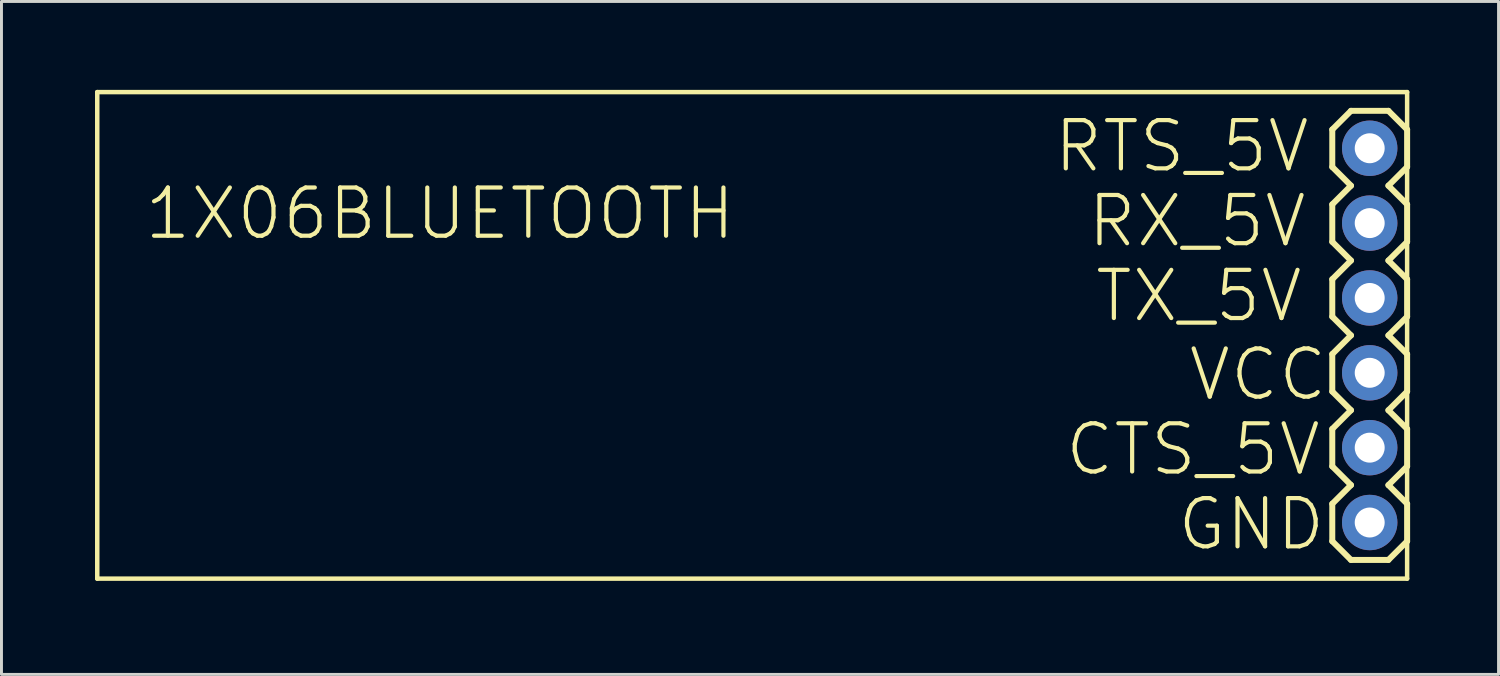
<source format=kicad_pcb>
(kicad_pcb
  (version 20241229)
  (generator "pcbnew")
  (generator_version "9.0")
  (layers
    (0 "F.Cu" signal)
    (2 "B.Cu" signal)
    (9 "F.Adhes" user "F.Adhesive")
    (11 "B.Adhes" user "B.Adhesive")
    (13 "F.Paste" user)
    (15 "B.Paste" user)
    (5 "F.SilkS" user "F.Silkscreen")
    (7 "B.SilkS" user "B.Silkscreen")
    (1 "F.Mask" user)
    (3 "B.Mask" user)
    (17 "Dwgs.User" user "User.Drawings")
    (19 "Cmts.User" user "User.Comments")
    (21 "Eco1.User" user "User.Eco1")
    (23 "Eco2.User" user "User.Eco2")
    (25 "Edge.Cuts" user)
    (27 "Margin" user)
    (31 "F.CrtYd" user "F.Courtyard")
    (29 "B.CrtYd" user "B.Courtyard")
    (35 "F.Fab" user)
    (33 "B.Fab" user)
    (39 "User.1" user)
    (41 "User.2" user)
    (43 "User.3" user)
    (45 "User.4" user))
  (footprint "1X06BLUETOOTH"
    (layer "F.Cu")
    (at 0.25 16.586)
    (property "Reference" "1X06BLUETOOTH" (at 1.524 -11.43 0) (layer "F.SilkS") (effects (font (size 1.636 1.636) (thickness 0.142)) (justify left bottom)))
    (fp_line (start 0 -16.51) (end 44.45 -16.51) (stroke (width 0.152) (type solid)) (layer "F.SilkS"))
    (fp_line (start 0 0) (end 0 -16.51) (stroke (width 0.152) (type solid)) (layer "F.SilkS"))
    (fp_line (start 41.91 -15.24) (end 42.545 -15.875) (stroke (width 0.203) (type solid)) (layer "F.SilkS"))
    (fp_line (start 41.91 -13.97) (end 41.91 -15.24) (stroke (width 0.203) (type solid)) (layer "F.SilkS"))
    (fp_line (start 41.91 -12.7) (end 42.545 -13.335) (stroke (width 0.203) (type solid)) (layer "F.SilkS"))
    (fp_line (start 41.91 -11.43) (end 41.91 -12.7) (stroke (width 0.203) (type solid)) (layer "F.SilkS"))
    (fp_line (start 41.91 -10.16) (end 42.545 -10.795) (stroke (width 0.203) (type solid)) (layer "F.SilkS"))
    (fp_line (start 41.91 -8.89) (end 41.91 -10.16) (stroke (width 0.203) (type solid)) (layer "F.SilkS"))
    (fp_line (start 41.91 -8.89) (end 42.545 -8.255) (stroke (width 0.203) (type solid)) (layer "F.SilkS"))
    (fp_line (start 41.91 -7.62) (end 42.545 -8.255) (stroke (width 0.203) (type solid)) (layer "F.SilkS"))
    (fp_line (start 41.91 -6.35) (end 41.91 -7.62) (stroke (width 0.203) (type solid)) (layer "F.SilkS"))
    (fp_line (start 41.91 -5.08) (end 42.545 -5.715) (stroke (width 0.203) (type solid)) (layer "F.SilkS"))
    (fp_line (start 41.91 -3.81) (end 41.91 -5.08) (stroke (width 0.203) (type solid)) (layer "F.SilkS"))
    (fp_line (start 41.91 -2.54) (end 42.545 -3.175) (stroke (width 0.203) (type solid)) (layer "F.SilkS"))
    (fp_line (start 41.91 -1.27) (end 41.91 -2.54) (stroke (width 0.203) (type solid)) (layer "F.SilkS"))
    (fp_line (start 41.91 -1.27) (end 42.545 -0.635) (stroke (width 0.203) (type solid)) (layer "F.SilkS"))
    (fp_line (start 42.545 -15.875) (end 43.815 -15.875) (stroke (width 0.203) (type solid)) (layer "F.SilkS"))
    (fp_line (start 42.545 -13.335) (end 41.91 -13.97) (stroke (width 0.203) (type solid)) (layer "F.SilkS"))
    (fp_line (start 42.545 -10.795) (end 41.91 -11.43) (stroke (width 0.203) (type solid)) (layer "F.SilkS"))
    (fp_line (start 42.545 -5.715) (end 41.91 -6.35) (stroke (width 0.203) (type solid)) (layer "F.SilkS"))
    (fp_line (start 42.545 -3.175) (end 41.91 -3.81) (stroke (width 0.203) (type solid)) (layer "F.SilkS"))
    (fp_line (start 42.545 -0.635) (end 43.815 -0.635) (stroke (width 0.203) (type solid)) (layer "F.SilkS"))
    (fp_line (start 43.815 -15.875) (end 44.45 -15.24) (stroke (width 0.203) (type solid)) (layer "F.SilkS"))
    (fp_line (start 43.815 -13.335) (end 44.45 -12.7) (stroke (width 0.203) (type solid)) (layer "F.SilkS"))
    (fp_line (start 43.815 -10.795) (end 44.45 -10.16) (stroke (width 0.203) (type solid)) (layer "F.SilkS"))
    (fp_line (start 43.815 -8.255) (end 44.45 -8.89) (stroke (width 0.203) (type solid)) (layer "F.SilkS"))
    (fp_line (start 43.815 -8.255) (end 44.45 -7.62) (stroke (width 0.203) (type solid)) (layer "F.SilkS"))
    (fp_line (start 43.815 -5.715) (end 44.45 -5.08) (stroke (width 0.203) (type solid)) (layer "F.SilkS"))
    (fp_line (start 43.815 -3.175) (end 44.45 -2.54) (stroke (width 0.203) (type solid)) (layer "F.SilkS"))
    (fp_line (start 43.815 -0.635) (end 44.45 -1.27) (stroke (width 0.203) (type solid)) (layer "F.SilkS"))
    (fp_line (start 44.45 -16.51) (end 44.45 0) (stroke (width 0.152) (type solid)) (layer "F.SilkS"))
    (fp_line (start 44.45 -15.24) (end 44.45 -13.97) (stroke (width 0.203) (type solid)) (layer "F.SilkS"))
    (fp_line (start 44.45 -13.97) (end 43.815 -13.335) (stroke (width 0.203) (type solid)) (layer "F.SilkS"))
    (fp_line (start 44.45 -12.7) (end 44.45 -11.43) (stroke (width 0.203) (type solid)) (layer "F.SilkS"))
    (fp_line (start 44.45 -11.43) (end 43.815 -10.795) (stroke (width 0.203) (type solid)) (layer "F.SilkS"))
    (fp_line (start 44.45 -10.16) (end 44.45 -8.89) (stroke (width 0.203) (type solid)) (layer "F.SilkS"))
    (fp_line (start 44.45 -7.62) (end 44.45 -6.35) (stroke (width 0.203) (type solid)) (layer "F.SilkS"))
    (fp_line (start 44.45 -6.35) (end 43.815 -5.715) (stroke (width 0.203) (type solid)) (layer "F.SilkS"))
    (fp_line (start 44.45 -5.08) (end 44.45 -3.81) (stroke (width 0.203) (type solid)) (layer "F.SilkS"))
    (fp_line (start 44.45 -3.81) (end 43.815 -3.175) (stroke (width 0.203) (type solid)) (layer "F.SilkS"))
    (fp_line (start 44.45 -2.54) (end 44.45 -1.27) (stroke (width 0.203) (type solid)) (layer "F.SilkS"))
    (fp_line (start 44.45 0) (end 0 0) (stroke (width 0.152) (type solid)) (layer "F.SilkS"))
    (fp_poly (pts (xy 43.434 -14.351) (xy 43.434 -14.859) (xy 42.926 -14.859) (xy 42.926 -14.351)) (stroke (width 0.1) (type default)) (fill no) (layer "F.Fab"))
    (fp_poly (pts (xy 43.434 -11.811) (xy 43.434 -12.319) (xy 42.926 -12.319) (xy 42.926 -11.811)) (stroke (width 0.1) (type default)) (fill no) (layer "F.Fab"))
    (fp_poly (pts (xy 43.434 -9.271) (xy 43.434 -9.779) (xy 42.926 -9.779) (xy 42.926 -9.271)) (stroke (width 0.1) (type default)) (fill no) (layer "F.Fab"))
    (fp_poly (pts (xy 43.434 -6.731) (xy 43.434 -7.239) (xy 42.926 -7.239) (xy 42.926 -6.731)) (stroke (width 0.1) (type default)) (fill no) (layer "F.Fab"))
    (fp_poly (pts (xy 43.434 -4.191) (xy 43.434 -4.699) (xy 42.926 -4.699) (xy 42.926 -4.191)) (stroke (width 0.1) (type default)) (fill no) (layer "F.Fab"))
    (fp_poly (pts (xy 43.434 -1.651) (xy 43.434 -2.159) (xy 42.926 -2.159) (xy 42.926 -1.651)) (stroke (width 0.1) (type default)) (fill no) (layer "F.Fab"))
    (fp_text user "RX_5V" (at 33.528 -11.176 0) (layer "F.SilkS") (effects (font (size 1.636 1.636) (thickness 0.142)) (justify left bottom)))
    (fp_text user "TX_5V" (at 33.782 -8.636 0) (layer "F.SilkS") (effects (font (size 1.636 1.636) (thickness 0.142)) (justify left bottom)))
    (fp_text user "VCC" (at 36.957 -5.969 0) (layer "F.SilkS") (effects (font (size 1.636 1.636) (thickness 0.142)) (justify left bottom)))
    (fp_text user "CTS_5V" (at 32.766 -3.429 0) (layer "F.SilkS") (effects (font (size 1.636 1.636) (thickness 0.142)) (justify left bottom)))
    (fp_text user "RTS_5V" (at 32.385 -13.716 0) (layer "F.SilkS") (effects (font (size 1.636 1.636) (thickness 0.142)) (justify left bottom)))
    (fp_text user "GND" (at 36.576 -0.889 0) (layer "F.SilkS") (effects (font (size 1.636 1.636) (thickness 0.142)) (justify left bottom)))
    (pad "1" thru_hole circle (at 43.18 -1.905 180) (size 1.88 1.88) (drill 1.016) (layers "*.Cu" "*.Mask"))
    (pad "2" thru_hole circle (at 43.18 -4.445 180) (size 1.88 1.88) (drill 1.016) (layers "*.Cu" "*.Mask"))
    (pad "3" thru_hole circle (at 43.18 -6.985 180) (size 1.88 1.88) (drill 1.016) (layers "*.Cu" "*.Mask"))
    (pad "4" thru_hole circle (at 43.18 -9.525 180) (size 1.88 1.88) (drill 1.016) (layers "*.Cu" "*.Mask"))
    (pad "5" thru_hole circle (at 43.18 -12.065 180) (size 1.88 1.88) (drill 1.016) (layers "*.Cu" "*.Mask"))
    (pad "6" thru_hole circle (at 43.18 -14.605 180) (size 1.88 1.88) (drill 1.016) (layers "*.Cu" "*.Mask")))
  (gr_rect
    (start -3 -3)
    (end 47.802 19.836)
    (stroke (width 0.1) (type default))
    (fill no)
    (layer "Edge.Cuts")))
</source>
